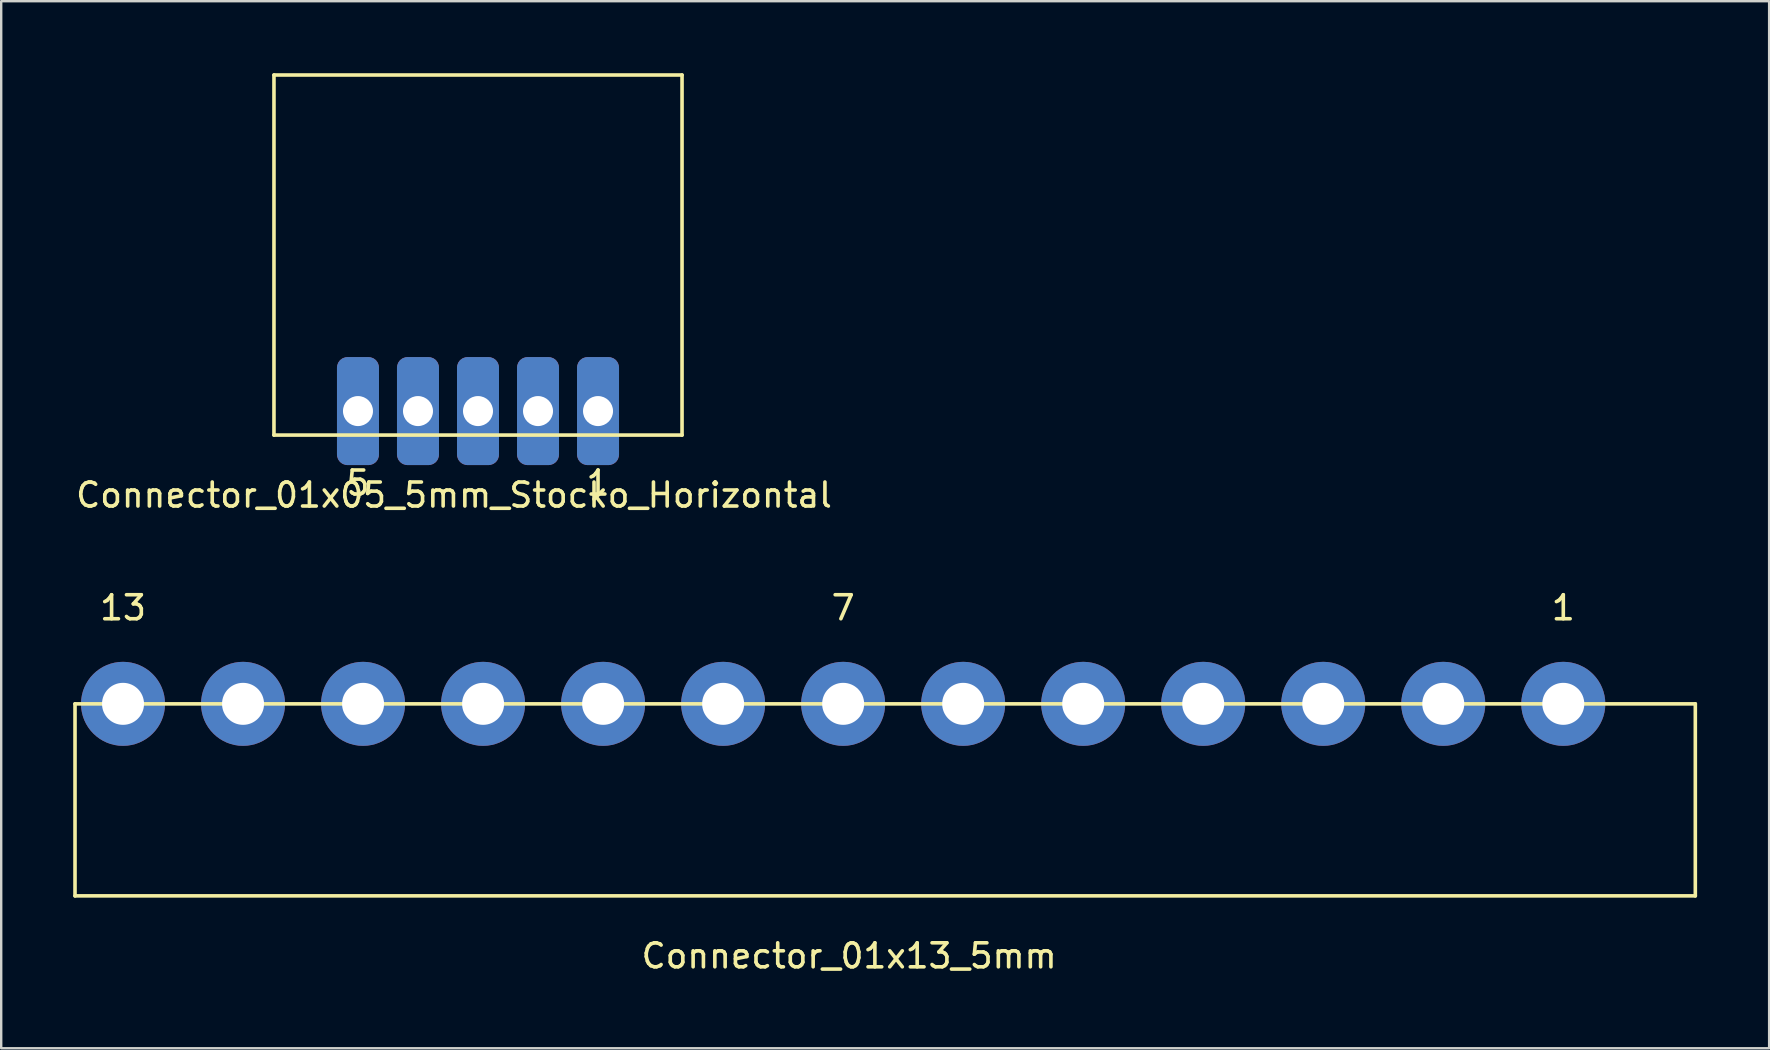
<source format=kicad_pcb>
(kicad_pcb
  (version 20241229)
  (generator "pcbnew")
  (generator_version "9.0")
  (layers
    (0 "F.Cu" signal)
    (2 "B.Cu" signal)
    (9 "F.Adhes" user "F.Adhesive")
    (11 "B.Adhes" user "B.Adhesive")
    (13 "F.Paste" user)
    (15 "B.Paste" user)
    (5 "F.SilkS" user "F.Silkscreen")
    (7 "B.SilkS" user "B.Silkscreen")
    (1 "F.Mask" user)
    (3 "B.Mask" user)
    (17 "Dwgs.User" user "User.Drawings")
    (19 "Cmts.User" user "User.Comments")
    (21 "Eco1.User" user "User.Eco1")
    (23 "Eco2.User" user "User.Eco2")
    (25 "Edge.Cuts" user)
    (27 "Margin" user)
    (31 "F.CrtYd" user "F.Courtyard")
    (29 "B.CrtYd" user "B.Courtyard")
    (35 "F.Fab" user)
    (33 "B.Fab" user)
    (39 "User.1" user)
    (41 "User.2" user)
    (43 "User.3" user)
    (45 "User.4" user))
  (footprint "Connector_01x05_5mm_Stocko_Horizontal"
    (layer "F.Cu")
    (at 21.863 14.075)
    (property "Reference" "Connector_01x05_5mm_Stocko_Horizontal" (at -6 3.5 0) (layer "F.SilkS") (effects (font (size 1 1) (thickness 0.15))))
    (attr through_hole)
    (fp_line (start -13.5 -14) (end -13.5 1) (stroke (width 0.15) (type solid)) (layer "F.SilkS"))
    (fp_line (start -13.5 1) (end 3.5 1) (stroke (width 0.15) (type solid)) (layer "F.SilkS"))
    (fp_line (start 3.5 -14) (end -13.5 -14) (stroke (width 0.15) (type solid)) (layer "F.SilkS"))
    (fp_line (start 3.5 1) (end 3.5 -14) (stroke (width 0.15) (type solid)) (layer "F.SilkS"))
    (fp_text user "1" (at 0 3 0) (layer "F.SilkS") (effects (font (size 1 1) (thickness 0.15))))
    (fp_text user "5" (at -10 3 0) (layer "F.SilkS") (effects (font (size 1 1) (thickness 0.15))))
    (pad "1" thru_hole roundrect (at 0 0) (size 1.75 4.5) (drill 1.25) (layers "B.Cu" "B.Mask") (roundrect_rratio 0.25))
    (pad "2" thru_hole roundrect (at -2.5 0) (size 1.75 4.5) (drill 1.25) (layers "B.Cu" "B.Mask") (roundrect_rratio 0.25))
    (pad "3" thru_hole roundrect (at -5 0) (size 1.75 4.5) (drill 1.25) (layers "B.Cu" "B.Mask") (roundrect_rratio 0.25))
    (pad "4" thru_hole roundrect (at -7.5 0) (size 1.75 4.5) (drill 1.25) (layers "B.Cu" "B.Mask") (roundrect_rratio 0.25))
    (pad "5" thru_hole roundrect (at -10 0) (size 1.75 4.5) (drill 1.25) (layers "B.Cu" "B.Mask") (roundrect_rratio 0.25)))
  (footprint "Connector_01x13_5mm"
    (layer "F.Cu")
    (at 62.075 26.271)
    (property "Reference" "Connector_01x13_5mm" (at -29.75 10.5 0) (layer "F.SilkS") (effects (font (size 1 1) (thickness 0.15))))
    (attr through_hole)
    (fp_line (start -62 8) (end -62 0) (stroke (width 0.15) (type solid)) (layer "F.SilkS"))
    (fp_line (start -62 8) (end 5.5 8) (stroke (width 0.15) (type solid)) (layer "F.SilkS"))
    (fp_line (start 5.5 0) (end -62 0) (stroke (width 0.15) (type solid)) (layer "F.SilkS"))
    (fp_line (start 5.5 8) (end 5.5 0) (stroke (width 0.15) (type solid)) (layer "F.SilkS"))
    (fp_text user "13" (at -60 -4 0) (layer "F.SilkS") (effects (font (size 1 1) (thickness 0.15))))
    (fp_text user "1" (at 0 -4 0) (layer "F.SilkS") (effects (font (size 1 1) (thickness 0.15))))
    (fp_text user "7" (at -30 -4 0) (layer "F.SilkS") (effects (font (size 1 1) (thickness 0.15))))
    (pad "1" thru_hole circle (at 0 0 180) (size 3.5 3.5) (drill 1.75) (layers "B.Cu" "B.Mask"))
    (pad "2" thru_hole circle (at -5 0 180) (size 3.5 3.5) (drill 1.75) (layers "B.Cu" "B.Mask"))
    (pad "3" thru_hole circle (at -10 0 180) (size 3.5 3.5) (drill 1.75) (layers "B.Cu" "B.Mask"))
    (pad "4" thru_hole circle (at -15 0 180) (size 3.5 3.5) (drill 1.75) (layers "B.Cu" "B.Mask"))
    (pad "5" thru_hole circle (at -20 0 180) (size 3.5 3.5) (drill 1.75) (layers "B.Cu" "B.Mask"))
    (pad "6" thru_hole circle (at -25 0 180) (size 3.5 3.5) (drill 1.75) (layers "B.Cu" "B.Mask"))
    (pad "7" thru_hole circle (at -30 0 180) (size 3.5 3.5) (drill 1.75) (layers "B.Cu" "B.Mask"))
    (pad "8" thru_hole circle (at -35 0 180) (size 3.5 3.5) (drill 1.75) (layers "B.Cu" "B.Mask"))
    (pad "9" thru_hole circle (at -40 0 180) (size 3.5 3.5) (drill 1.75) (layers "B.Cu" "B.Mask"))
    (pad "10" thru_hole circle (at -45 0 180) (size 3.5 3.5) (drill 1.75) (layers "B.Cu" "B.Mask"))
    (pad "11" thru_hole circle (at -50 0 180) (size 3.5 3.5) (drill 1.75) (layers "B.Cu" "B.Mask"))
    (pad "12" thru_hole circle (at -55 0 180) (size 3.5 3.5) (drill 1.75) (layers "B.Cu" "B.Mask"))
    (pad "13" thru_hole circle (at -60 0 180) (size 3.5 3.5) (drill 1.75) (layers "B.Cu" "B.Mask")))
  (gr_rect
    (start -3 -3)
    (end 70.65 40.62)
    (stroke (width 0.1) (type default))
    (fill no)
    (layer "Edge.Cuts")))
</source>
